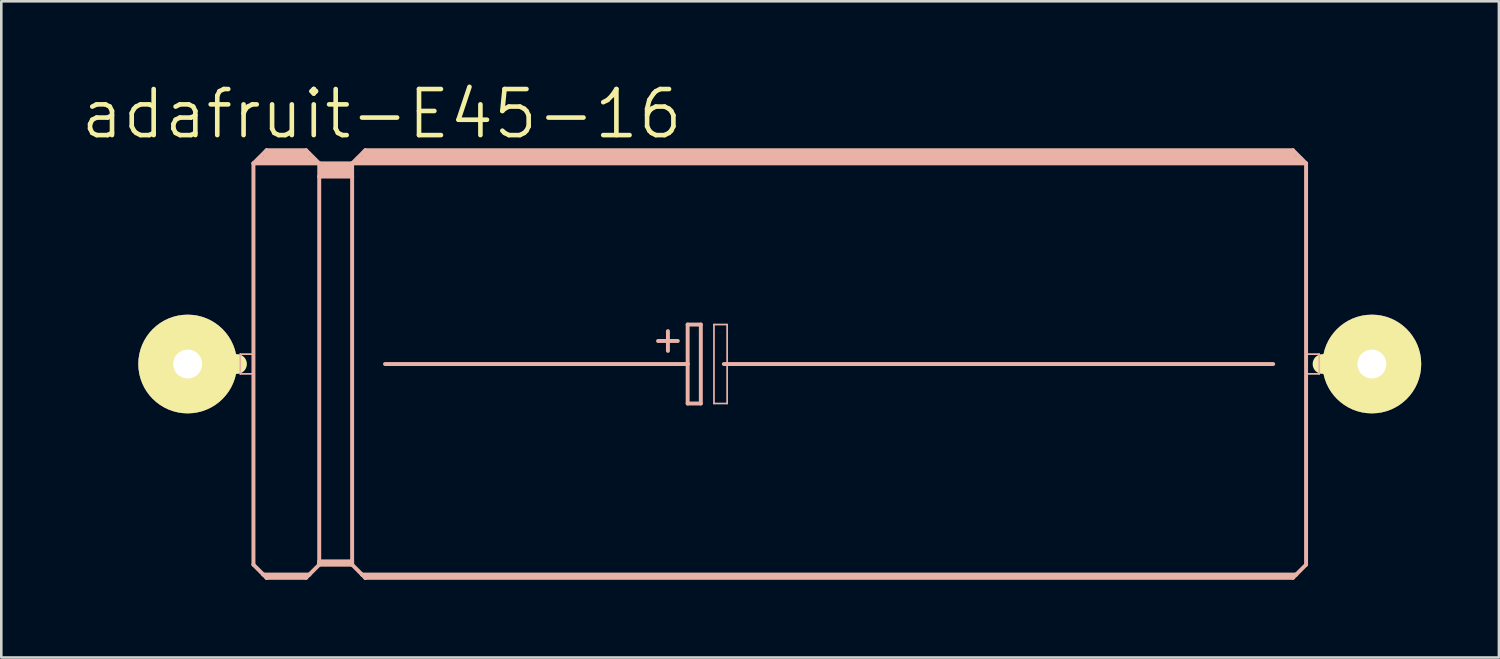
<source format=kicad_pcb>
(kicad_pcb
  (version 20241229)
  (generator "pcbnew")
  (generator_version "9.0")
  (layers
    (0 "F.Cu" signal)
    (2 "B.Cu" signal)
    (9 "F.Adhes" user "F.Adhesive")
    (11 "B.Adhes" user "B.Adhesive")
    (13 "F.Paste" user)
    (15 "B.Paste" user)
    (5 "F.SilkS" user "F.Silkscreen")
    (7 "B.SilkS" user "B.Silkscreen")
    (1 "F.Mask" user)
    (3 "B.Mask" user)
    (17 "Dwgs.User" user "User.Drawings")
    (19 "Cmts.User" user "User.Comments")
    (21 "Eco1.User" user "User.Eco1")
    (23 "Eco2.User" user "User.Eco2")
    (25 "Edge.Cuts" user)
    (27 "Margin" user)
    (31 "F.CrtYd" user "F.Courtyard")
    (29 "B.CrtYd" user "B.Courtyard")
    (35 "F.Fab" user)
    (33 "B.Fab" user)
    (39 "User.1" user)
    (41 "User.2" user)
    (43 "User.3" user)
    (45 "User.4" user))
  (footprint "adafruit-E45-16"
    (layer "F.Cu")
    (at 27.055 11.004)
    (property "Reference" "adafruit-E45-16" (at -15.367 -9.652 0) (layer "F.SilkS") (effects (font (size 1.778 1.778) (thickness 0.178))))
    (attr exclude_from_pos_files exclude_from_bom)
    (fp_line (start -22.86 0) (end -20.955 0) (stroke (width 0.762) (type solid)) (layer "F.SilkS"))
    (fp_line (start 22.86 0) (end 20.955 0) (stroke (width 0.762) (type solid)) (layer "F.SilkS"))
    (fp_line (start -20.828 -0.381) (end -20.32 -0.381) (stroke (width 0.066) (type solid)) (layer "B.SilkS"))
    (fp_line (start -20.828 0.381) (end -20.828 -0.381) (stroke (width 0.066) (type solid)) (layer "B.SilkS"))
    (fp_line (start -20.828 0.381) (end -20.32 0.381) (stroke (width 0.066) (type solid)) (layer "B.SilkS"))
    (fp_line (start -20.32 -7.747) (end -20.32 7.747) (stroke (width 0.152) (type solid)) (layer "B.SilkS"))
    (fp_line (start -20.32 -7.747) (end -19.812 -8.255) (stroke (width 0.152) (type solid)) (layer "B.SilkS"))
    (fp_line (start -20.32 -7.747) (end -17.78 -7.747) (stroke (width 0.152) (type solid)) (layer "B.SilkS"))
    (fp_line (start -20.32 0.381) (end -20.32 -0.381) (stroke (width 0.066) (type solid)) (layer "B.SilkS"))
    (fp_line (start -20.32 7.747) (end -19.939 8.128) (stroke (width 0.152) (type solid)) (layer "B.SilkS"))
    (fp_line (start -20.066 -7.874) (end -18.034 -7.874) (stroke (width 0.305) (type solid)) (layer "B.SilkS"))
    (fp_line (start -19.939 8.128) (end -19.812 8.255) (stroke (width 0.152) (type solid)) (layer "B.SilkS"))
    (fp_line (start -19.939 8.128) (end -18.161 8.128) (stroke (width 0.152) (type solid)) (layer "B.SilkS"))
    (fp_line (start -19.812 -8.255) (end -18.288 -8.255) (stroke (width 0.152) (type solid)) (layer "B.SilkS"))
    (fp_line (start -19.812 -8.128) (end -18.288 -8.128) (stroke (width 0.305) (type solid)) (layer "B.SilkS"))
    (fp_line (start -19.812 8.204) (end -18.288 8.204) (stroke (width 0.152) (type solid)) (layer "B.SilkS"))
    (fp_line (start -19.812 8.255) (end -19.812 8.204) (stroke (width 0.152) (type solid)) (layer "B.SilkS"))
    (fp_line (start -19.812 8.255) (end -18.288 8.255) (stroke (width 0.152) (type solid)) (layer "B.SilkS"))
    (fp_line (start -18.288 -8.255) (end -17.78 -7.747) (stroke (width 0.152) (type solid)) (layer "B.SilkS"))
    (fp_line (start -18.288 8.255) (end -18.161 8.128) (stroke (width 0.152) (type solid)) (layer "B.SilkS"))
    (fp_line (start -18.161 8.128) (end -17.78 7.747) (stroke (width 0.152) (type solid)) (layer "B.SilkS"))
    (fp_line (start -17.78 -7.747) (end -16.51 -7.747) (stroke (width 0.152) (type solid)) (layer "B.SilkS"))
    (fp_line (start -17.78 -7.236) (end -17.78 -7.747) (stroke (width 0.152) (type solid)) (layer "B.SilkS"))
    (fp_line (start -17.78 -7.236) (end -16.51 -7.236) (stroke (width 0.152) (type solid)) (layer "B.SilkS"))
    (fp_line (start -17.78 7.62) (end -17.78 -7.236) (stroke (width 0.152) (type solid)) (layer "B.SilkS"))
    (fp_line (start -17.78 7.62) (end -16.51 7.62) (stroke (width 0.152) (type solid)) (layer "B.SilkS"))
    (fp_line (start -17.78 7.696) (end -17.78 7.62) (stroke (width 0.152) (type solid)) (layer "B.SilkS"))
    (fp_line (start -17.78 7.696) (end -16.51 7.696) (stroke (width 0.152) (type solid)) (layer "B.SilkS"))
    (fp_line (start -17.78 7.747) (end -17.78 7.696) (stroke (width 0.152) (type solid)) (layer "B.SilkS"))
    (fp_line (start -17.78 7.747) (end -16.51 7.747) (stroke (width 0.152) (type solid)) (layer "B.SilkS"))
    (fp_line (start -17.65 -7.62) (end -16.637 -7.62) (stroke (width 0.305) (type solid)) (layer "B.SilkS"))
    (fp_line (start -17.65 -7.366) (end -16.637 -7.366) (stroke (width 0.305) (type solid)) (layer "B.SilkS"))
    (fp_line (start -16.51 -7.747) (end -16.002 -8.255) (stroke (width 0.152) (type solid)) (layer "B.SilkS"))
    (fp_line (start -16.51 -7.747) (end 20.32 -7.747) (stroke (width 0.152) (type solid)) (layer "B.SilkS"))
    (fp_line (start -16.51 -7.236) (end -16.51 -7.747) (stroke (width 0.152) (type solid)) (layer "B.SilkS"))
    (fp_line (start -16.51 7.62) (end -16.51 -7.236) (stroke (width 0.152) (type solid)) (layer "B.SilkS"))
    (fp_line (start -16.51 7.696) (end -16.51 7.62) (stroke (width 0.152) (type solid)) (layer "B.SilkS"))
    (fp_line (start -16.51 7.747) (end -16.51 7.696) (stroke (width 0.152) (type solid)) (layer "B.SilkS"))
    (fp_line (start -16.51 7.747) (end -16.129 8.128) (stroke (width 0.152) (type solid)) (layer "B.SilkS"))
    (fp_line (start -16.256 -7.874) (end 20.066 -7.874) (stroke (width 0.305) (type solid)) (layer "B.SilkS"))
    (fp_line (start -16.129 8.128) (end -16.002 8.255) (stroke (width 0.152) (type solid)) (layer "B.SilkS"))
    (fp_line (start -16.129 8.128) (end 19.939 8.128) (stroke (width 0.152) (type solid)) (layer "B.SilkS"))
    (fp_line (start -16.002 -8.255) (end 19.812 -8.255) (stroke (width 0.152) (type solid)) (layer "B.SilkS"))
    (fp_line (start -16.002 -8.128) (end 19.812 -8.128) (stroke (width 0.305) (type solid)) (layer "B.SilkS"))
    (fp_line (start -16.002 8.204) (end 19.812 8.204) (stroke (width 0.152) (type solid)) (layer "B.SilkS"))
    (fp_line (start -16.002 8.255) (end -16.002 8.204) (stroke (width 0.152) (type solid)) (layer "B.SilkS"))
    (fp_line (start -16.002 8.255) (end 19.812 8.255) (stroke (width 0.152) (type solid)) (layer "B.SilkS"))
    (fp_line (start -15.24 0) (end -3.556 0) (stroke (width 0.152) (type solid)) (layer "B.SilkS"))
    (fp_line (start -4.699 -0.889) (end -3.937 -0.889) (stroke (width 0.152) (type solid)) (layer "B.SilkS"))
    (fp_line (start -4.318 -1.27) (end -4.318 -0.508) (stroke (width 0.152) (type solid)) (layer "B.SilkS"))
    (fp_line (start -3.556 -1.524) (end -3.556 0) (stroke (width 0.152) (type solid)) (layer "B.SilkS"))
    (fp_line (start -3.556 0) (end -3.556 1.524) (stroke (width 0.152) (type solid)) (layer "B.SilkS"))
    (fp_line (start -3.556 1.524) (end -3.048 1.524) (stroke (width 0.152) (type solid)) (layer "B.SilkS"))
    (fp_line (start -3.048 -1.524) (end -3.556 -1.524) (stroke (width 0.152) (type solid)) (layer "B.SilkS"))
    (fp_line (start -3.048 1.524) (end -3.048 -1.524) (stroke (width 0.152) (type solid)) (layer "B.SilkS"))
    (fp_line (start -2.54 -1.524) (end -2.032 -1.524) (stroke (width 0.066) (type solid)) (layer "B.SilkS"))
    (fp_line (start -2.54 1.524) (end -2.54 -1.524) (stroke (width 0.066) (type solid)) (layer "B.SilkS"))
    (fp_line (start -2.54 1.524) (end -2.032 1.524) (stroke (width 0.066) (type solid)) (layer "B.SilkS"))
    (fp_line (start -2.159 0) (end 19.05 0) (stroke (width 0.152) (type solid)) (layer "B.SilkS"))
    (fp_line (start -2.032 1.524) (end -2.032 -1.524) (stroke (width 0.066) (type solid)) (layer "B.SilkS"))
    (fp_line (start 19.812 -8.255) (end 20.32 -7.747) (stroke (width 0.152) (type solid)) (layer "B.SilkS"))
    (fp_line (start 19.812 8.255) (end 19.939 8.128) (stroke (width 0.152) (type solid)) (layer "B.SilkS"))
    (fp_line (start 19.939 8.128) (end 20.32 7.747) (stroke (width 0.152) (type solid)) (layer "B.SilkS"))
    (fp_line (start 20.32 -7.747) (end 20.32 7.747) (stroke (width 0.152) (type solid)) (layer "B.SilkS"))
    (fp_line (start 20.32 -0.381) (end 20.828 -0.381) (stroke (width 0.066) (type solid)) (layer "B.SilkS"))
    (fp_line (start 20.32 0.381) (end 20.32 -0.381) (stroke (width 0.066) (type solid)) (layer "B.SilkS"))
    (fp_line (start 20.32 0.381) (end 20.828 0.381) (stroke (width 0.066) (type solid)) (layer "B.SilkS"))
    (fp_line (start 20.828 0.381) (end 20.828 -0.381) (stroke (width 0.066) (type solid)) (layer "B.SilkS"))
    (pad "+" thru_hole circle (at -22.86 0) (size 3.81 3.81) (drill 1.118) (layers "*.Cu" "F.Mask" "F.SilkS" "F.Paste"))
    (pad "-" thru_hole circle (at 22.86 0) (size 3.81 3.81) (drill 1.118) (layers "*.Cu" "F.Mask" "F.SilkS" "F.Paste")))
  (gr_rect
    (start -3 -3)
    (end 54.82 22.335)
    (stroke (width 0.1) (type default))
    (fill no)
    (layer "Edge.Cuts")))
</source>
